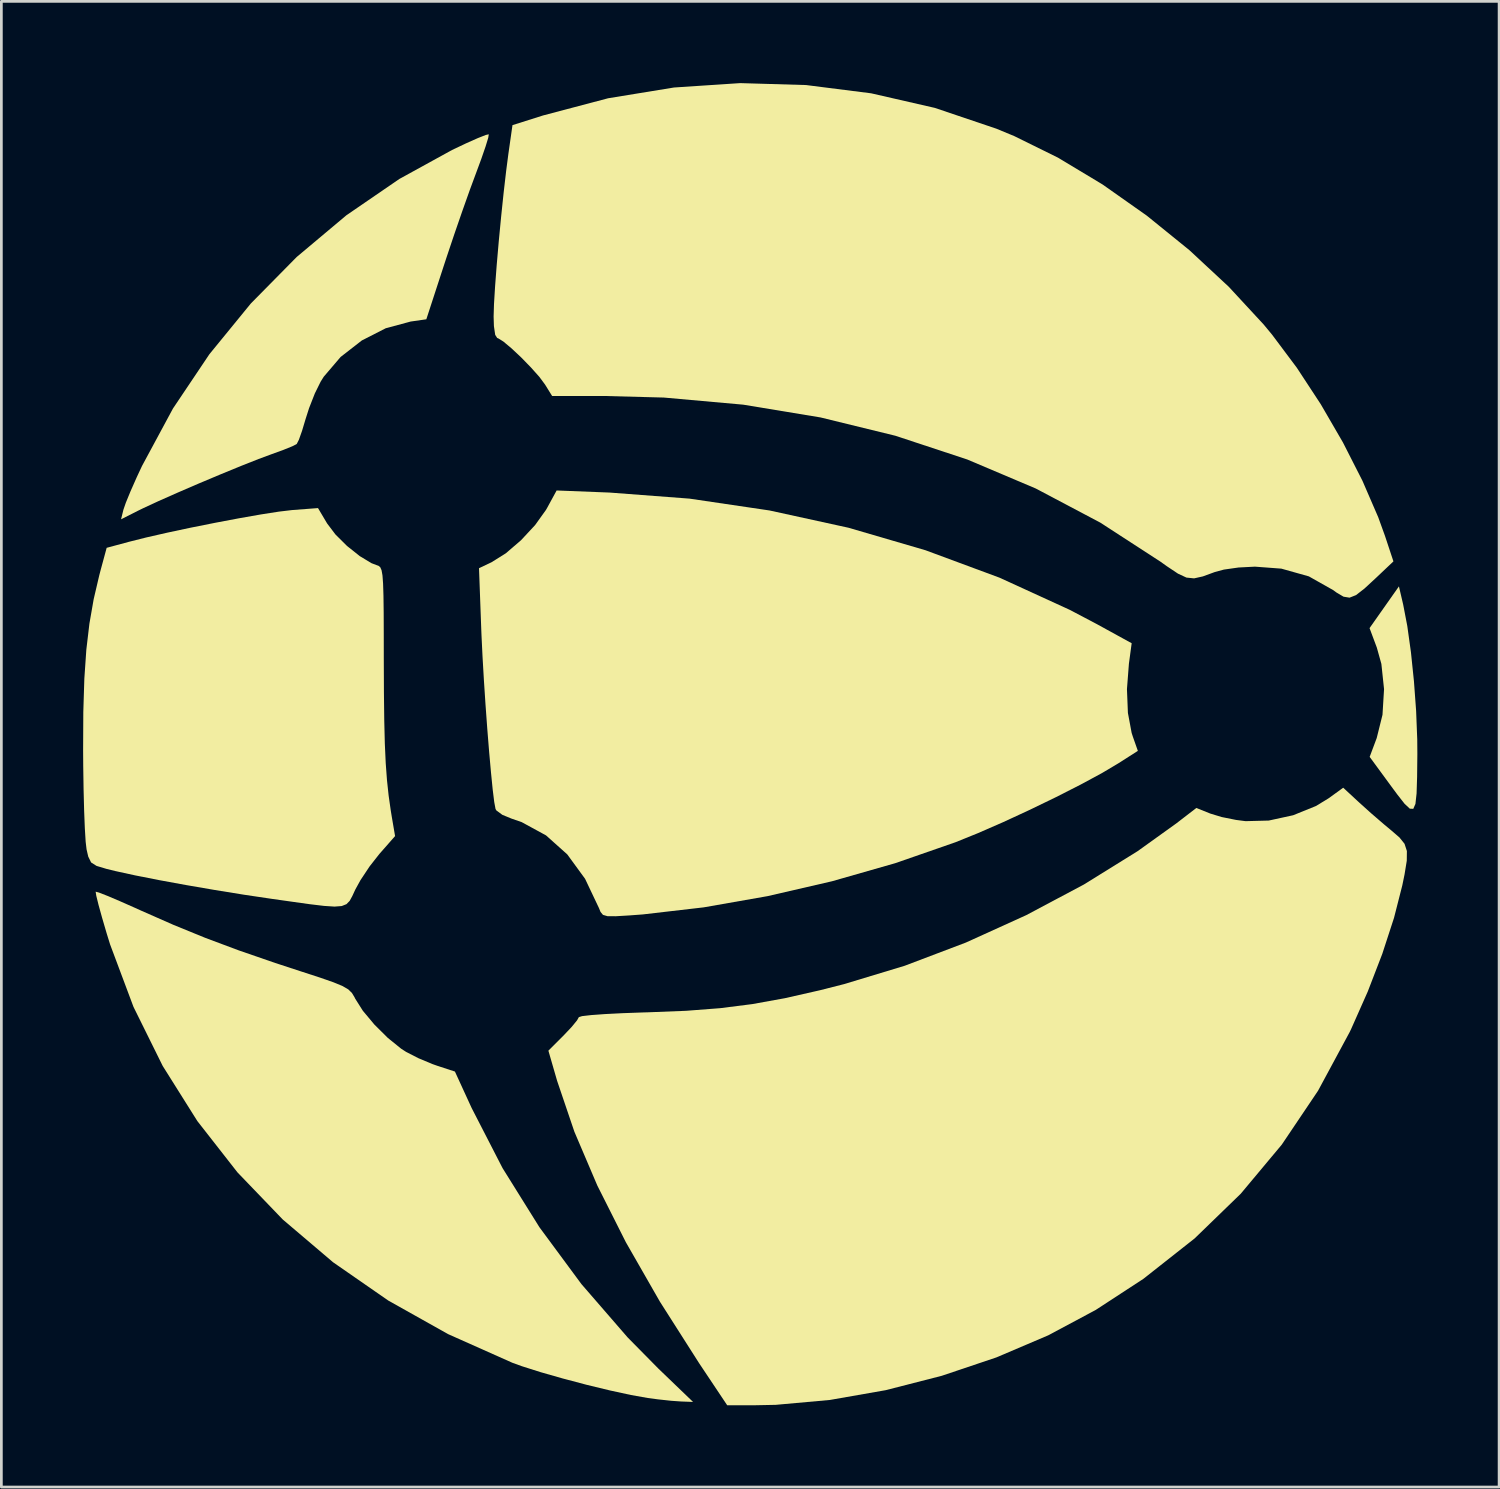
<source format=kicad_pcb>
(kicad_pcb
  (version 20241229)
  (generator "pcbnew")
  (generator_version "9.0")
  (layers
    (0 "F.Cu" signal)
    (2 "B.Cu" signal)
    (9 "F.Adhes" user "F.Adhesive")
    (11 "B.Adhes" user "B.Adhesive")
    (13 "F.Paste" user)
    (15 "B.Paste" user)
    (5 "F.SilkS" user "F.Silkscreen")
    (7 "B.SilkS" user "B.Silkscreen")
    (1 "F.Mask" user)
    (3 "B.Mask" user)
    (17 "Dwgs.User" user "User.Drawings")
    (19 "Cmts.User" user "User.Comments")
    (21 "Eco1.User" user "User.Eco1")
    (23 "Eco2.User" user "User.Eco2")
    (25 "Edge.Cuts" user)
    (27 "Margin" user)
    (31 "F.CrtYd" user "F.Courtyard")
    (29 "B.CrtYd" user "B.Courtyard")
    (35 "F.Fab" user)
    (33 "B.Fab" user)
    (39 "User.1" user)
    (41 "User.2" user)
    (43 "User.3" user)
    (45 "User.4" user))
  (footprint "full logo"
    (layer "F.Cu")
    (at 24.447 24.244)
    (property "Reference" "full logo" (at 0 0 0) (layer "F.SilkS") (effects (font (size 1.524 1.524) (thickness 0.3))))
    (attr board_only exclude_from_pos_files exclude_from_bom)
    (fp_poly (pts (xy 23.992 -5.109) (xy 24.143 -4.322) (xy 24.277 -3.359) (xy 24.387 -2.295) (xy 24.467 -1.205) (xy 24.508 -0.162) (xy 24.512 0.375) (xy 24.503 1.214) (xy 24.484 1.819) (xy 24.442 2.204) (xy 24.363 2.386) (xy 24.235 2.38) (xy 24.045 2.202) (xy 23.782 1.867) (xy 23.549 1.552) (xy 22.762 0.479) (xy 23.021 -0.212) (xy 23.233 -1.065) (xy 23.29 -2.006) (xy 23.192 -2.932) (xy 23.025 -3.531) (xy 22.758 -4.246) (xy 23.836 -5.777)) (stroke (width 0) (type solid)) (fill yes) (layer "F.SilkS"))
    (fp_poly (pts (xy -9.582 -22.235) (xy -9.679 -21.919) (xy -9.835 -21.466) (xy -10.027 -20.947) (xy -10.256 -20.328) (xy -10.531 -19.554) (xy -10.823 -18.709) (xy -11.102 -17.878) (xy -11.2 -17.58) (xy -11.853 -15.578) (xy -12.429 -15.495) (xy -13.342 -15.249) (xy -14.22 -14.801) (xy -15 -14.194) (xy -15.617 -13.471) (xy -15.731 -13.289) (xy -15.944 -12.858) (xy -16.156 -12.317) (xy -16.286 -11.91) (xy -16.414 -11.483) (xy -16.53 -11.156) (xy -16.609 -11.002) (xy -16.768 -10.919) (xy -17.094 -10.787) (xy -17.517 -10.633) (xy -17.517 -10.633) (xy -18.006 -10.452) (xy -18.658 -10.194) (xy -19.413 -9.884) (xy -20.21 -9.549) (xy -20.986 -9.214) (xy -21.681 -8.906) (xy -22.234 -8.65) (xy -22.431 -8.554) (xy -23.055 -8.238) (xy -22.968 -8.592) (xy -22.879 -8.849) (xy -22.707 -9.268) (xy -22.479 -9.783) (xy -22.285 -10.198) (xy -21.15 -12.304) (xy -19.812 -14.298) (xy -18.292 -16.158) (xy -16.61 -17.864) (xy -14.787 -19.394) (xy -12.843 -20.727) (xy -10.908 -21.791) (xy -10.393 -22.035) (xy -9.966 -22.225) (xy -9.673 -22.341) (xy -9.561 -22.366)) (stroke (width 0) (type solid)) (fill yes) (layer "F.SilkS"))
    (fp_poly (pts (xy -23.863 5.459) (xy -23.554 5.58) (xy -23.102 5.772) (xy -22.548 6.017) (xy -22.325 6.118) (xy -21.131 6.644) (xy -19.96 7.122) (xy -18.738 7.579) (xy -17.392 8.044) (xy -16.435 8.357) (xy -15.747 8.581) (xy -15.258 8.752) (xy -14.927 8.889) (xy -14.715 9.013) (xy -14.582 9.144) (xy -14.486 9.303) (xy -14.464 9.35) (xy -14.182 9.796) (xy -13.76 10.301) (xy -13.269 10.789) (xy -12.779 11.186) (xy -12.592 11.307) (xy -12.144 11.536) (xy -11.628 11.752) (xy -11.438 11.819) (xy -10.804 12.026) (xy -10.19 13.364) (xy -9.055 15.571) (xy -7.702 17.74) (xy -6.162 19.825) (xy -4.466 21.782) (xy -3.335 22.929) (xy -2.066 24.149) (xy -2.503 24.133) (xy -2.87 24.107) (xy -3.359 24.054) (xy -3.72 24.006) (xy -4.339 23.896) (xy -5.114 23.728) (xy -5.973 23.52) (xy -6.846 23.289) (xy -7.662 23.056) (xy -8.348 22.838) (xy -8.696 22.712) (xy -11.056 21.66) (xy -13.251 20.428) (xy -15.275 19.024) (xy -17.121 17.455) (xy -18.783 15.726) (xy -20.254 13.845) (xy -21.527 11.82) (xy -22.598 9.655) (xy -23.458 7.359) (xy -23.582 6.958) (xy -23.749 6.388) (xy -23.881 5.912) (xy -23.964 5.576) (xy -23.987 5.428) (xy -23.986 5.426)) (stroke (width 0) (type solid)) (fill yes) (layer "F.SilkS"))
    (fp_poly (pts (xy -5.132 -9.22) (xy -2.197 -8.997) (xy 0.738 -8.563) (xy 3.637 -7.929) (xy 6.464 -7.103) (xy 9.183 -6.095) (xy 11.759 -4.915) (xy 12.739 -4.399) (xy 14.029 -3.691) (xy 13.928 -2.94) (xy 13.856 -2.006) (xy 13.891 -1.134) (xy 14.028 -0.4) (xy 14.072 -0.264) (xy 14.256 0.259) (xy 13.542 0.715) (xy 12.938 1.074) (xy 12.157 1.496) (xy 11.255 1.955) (xy 10.289 2.423) (xy 9.314 2.874) (xy 8.386 3.279) (xy 7.563 3.612) (xy 5.354 4.38) (xy 3.031 5.044) (xy 0.665 5.59) (xy -1.675 6.001) (xy -3.916 6.261) (xy -4.417 6.298) (xy -4.907 6.327) (xy -5.205 6.325) (xy -5.371 6.277) (xy -5.461 6.168) (xy -5.518 6.028) (xy -6.028 4.953) (xy -6.681 4.058) (xy -7.461 3.36) (xy -8.355 2.873) (xy -8.725 2.745) (xy -9.062 2.607) (xy -9.281 2.446) (xy -9.314 2.39) (xy -9.361 2.137) (xy -9.418 1.675) (xy -9.481 1.045) (xy -9.549 0.288) (xy -9.617 -0.557) (xy -9.682 -1.448) (xy -9.741 -2.345) (xy -9.791 -3.206) (xy -9.829 -3.991) (xy -9.837 -4.192) (xy -9.92 -6.444) (xy -9.458 -6.664) (xy -8.935 -6.992) (xy -8.378 -7.471) (xy -7.862 -8.026) (xy -7.462 -8.584) (xy -7.412 -8.672) (xy -7.072 -9.296)) (stroke (width 0) (type solid)) (fill yes) (layer "F.SilkS"))
    (fp_poly (pts (xy 22.376 2.152) (xy 22.816 2.548) (xy 23.3 2.965) (xy 23.554 3.176) (xy 23.855 3.436) (xy 24.042 3.669) (xy 24.128 3.934) (xy 24.124 4.29) (xy 24.042 4.794) (xy 23.96 5.193) (xy 23.656 6.385) (xy 23.225 7.708) (xy 22.692 9.091) (xy 22.083 10.464) (xy 22.031 10.573) (xy 20.867 12.732) (xy 19.537 14.708) (xy 18.031 16.51) (xy 16.341 18.148) (xy 14.458 19.633) (xy 12.711 20.773) (xy 10.97 21.704) (xy 9.067 22.515) (xy 7.058 23.191) (xy 5.002 23.718) (xy 2.953 24.077) (xy 0.968 24.256) (xy 0.161 24.272) (xy -0.813 24.271) (xy -1.836 22.739) (xy -3.282 20.47) (xy -4.531 18.29) (xy -5.579 16.208) (xy -6.42 14.235) (xy -7.05 12.378) (xy -7.06 12.345) (xy -7.374 11.26) (xy -6.815 10.701) (xy -6.524 10.393) (xy -6.322 10.147) (xy -6.256 10.029) (xy -6.137 9.992) (xy -5.805 9.954) (xy -5.298 9.917) (xy -4.651 9.884) (xy -3.904 9.857) (xy -3.722 9.852) (xy -2.323 9.797) (xy -1.075 9.701) (xy 0.106 9.551) (xy 1.301 9.335) (xy 2.593 9.042) (xy 3.474 8.818) (xy 5.701 8.144) (xy 7.947 7.292) (xy 10.156 6.289) (xy 12.275 5.163) (xy 14.246 3.94) (xy 15.669 2.919) (xy 16.402 2.354) (xy 16.916 2.56) (xy 17.333 2.687) (xy 17.86 2.793) (xy 18.209 2.838) (xy 19.059 2.816) (xy 19.955 2.621) (xy 20.794 2.281) (xy 21.257 1.998) (xy 21.791 1.611)) (stroke (width 0) (type solid)) (fill yes) (layer "F.SilkS"))
    (fp_poly (pts (xy 2.083 -24.173) (xy 4.47 -23.87) (xy 6.806 -23.335) (xy 9.067 -22.571) (xy 9.725 -22.298) (xy 11.325 -21.509) (xy 12.962 -20.524) (xy 14.585 -19.38) (xy 16.144 -18.117) (xy 17.59 -16.773) (xy 18.873 -15.386) (xy 19.18 -15.015) (xy 20.088 -13.802) (xy 20.967 -12.462) (xy 21.782 -11.058) (xy 22.497 -9.653) (xy 23.077 -8.313) (xy 23.323 -7.633) (xy 23.634 -6.694) (xy 23.006 -6.099) (xy 22.572 -5.698) (xy 22.262 -5.457) (xy 22.024 -5.363) (xy 21.803 -5.399) (xy 21.547 -5.55) (xy 21.417 -5.644) (xy 20.531 -6.144) (xy 19.522 -6.428) (xy 18.553 -6.501) (xy 17.952 -6.47) (xy 17.411 -6.393) (xy 17.079 -6.303) (xy 16.642 -6.143) (xy 16.319 -6.071) (xy 16.038 -6.1) (xy 15.729 -6.244) (xy 15.321 -6.516) (xy 15.09 -6.681) (xy 12.879 -8.116) (xy 10.509 -9.369) (xy 7.997 -10.433) (xy 5.359 -11.304) (xy 2.613 -11.976) (xy -0.226 -12.445) (xy -3.139 -12.706) (xy -5.276 -12.762) (xy -7.237 -12.763) (xy -7.495 -13.18) (xy -7.703 -13.461) (xy -8.011 -13.807) (xy -8.366 -14.172) (xy -8.72 -14.505) (xy -9.023 -14.759) (xy -9.224 -14.884) (xy -9.252 -14.89) (xy -9.326 -15.007) (xy -9.373 -15.327) (xy -9.384 -15.68) (xy -9.37 -16.136) (xy -9.33 -16.786) (xy -9.27 -17.575) (xy -9.194 -18.45) (xy -9.107 -19.354) (xy -9.015 -20.234) (xy -8.922 -21.036) (xy -8.843 -21.642) (xy -8.692 -22.702) (xy -7.568 -23.058) (xy -5.183 -23.688) (xy -2.765 -24.083) (xy -0.336 -24.244)) (stroke (width 0) (type solid)) (fill yes) (layer "F.SilkS"))
    (fp_poly (pts (xy -15.494 -8.087) (xy -15.187 -7.681) (xy -14.764 -7.261) (xy -14.299 -6.89) (xy -13.867 -6.629) (xy -13.684 -6.559) (xy -13.605 -6.531) (xy -13.543 -6.478) (xy -13.496 -6.37) (xy -13.462 -6.179) (xy -13.44 -5.876) (xy -13.426 -5.434) (xy -13.418 -4.823) (xy -13.415 -4.016) (xy -13.414 -3.127) (xy -13.409 -1.889) (xy -13.397 -0.862) (xy -13.376 -0.009) (xy -13.343 0.711) (xy -13.297 1.334) (xy -13.236 1.901) (xy -13.158 2.448) (xy -13.123 2.663) (xy -13 3.386) (xy -13.574 4.039) (xy -13.932 4.495) (xy -14.269 5.002) (xy -14.46 5.349) (xy -14.569 5.586) (xy -14.666 5.763) (xy -14.784 5.884) (xy -14.958 5.953) (xy -15.22 5.973) (xy -15.605 5.948) (xy -16.147 5.883) (xy -16.881 5.78) (xy -17.517 5.69) (xy -18.546 5.537) (xy -19.614 5.364) (xy -20.672 5.182) (xy -21.666 5) (xy -22.546 4.826) (xy -23.26 4.67) (xy -23.584 4.591) (xy -23.954 4.48) (xy -24.154 4.353) (xy -24.26 4.136) (xy -24.321 3.871) (xy -24.354 3.59) (xy -24.384 3.102) (xy -24.41 2.448) (xy -24.43 1.672) (xy -24.443 0.816) (xy -24.447 0.25) (xy -24.44 -1.171) (xy -24.402 -2.391) (xy -24.329 -3.455) (xy -24.216 -4.411) (xy -24.06 -5.305) (xy -23.854 -6.185) (xy -23.803 -6.38) (xy -23.583 -7.192) (xy -22.771 -7.411) (xy -22.135 -7.571) (xy -21.359 -7.748) (xy -20.495 -7.932) (xy -19.599 -8.111) (xy -18.726 -8.276) (xy -17.929 -8.416) (xy -17.263 -8.52) (xy -16.783 -8.577) (xy -16.762 -8.579) (xy -15.828 -8.65)) (stroke (width 0) (type solid)) (fill yes) (layer "F.SilkS")))
  (gr_rect
    (start -3 -3)
    (end 51.959 51.517)
    (stroke (width 0.1) (type default))
    (fill no)
    (layer "Edge.Cuts")))
</source>
